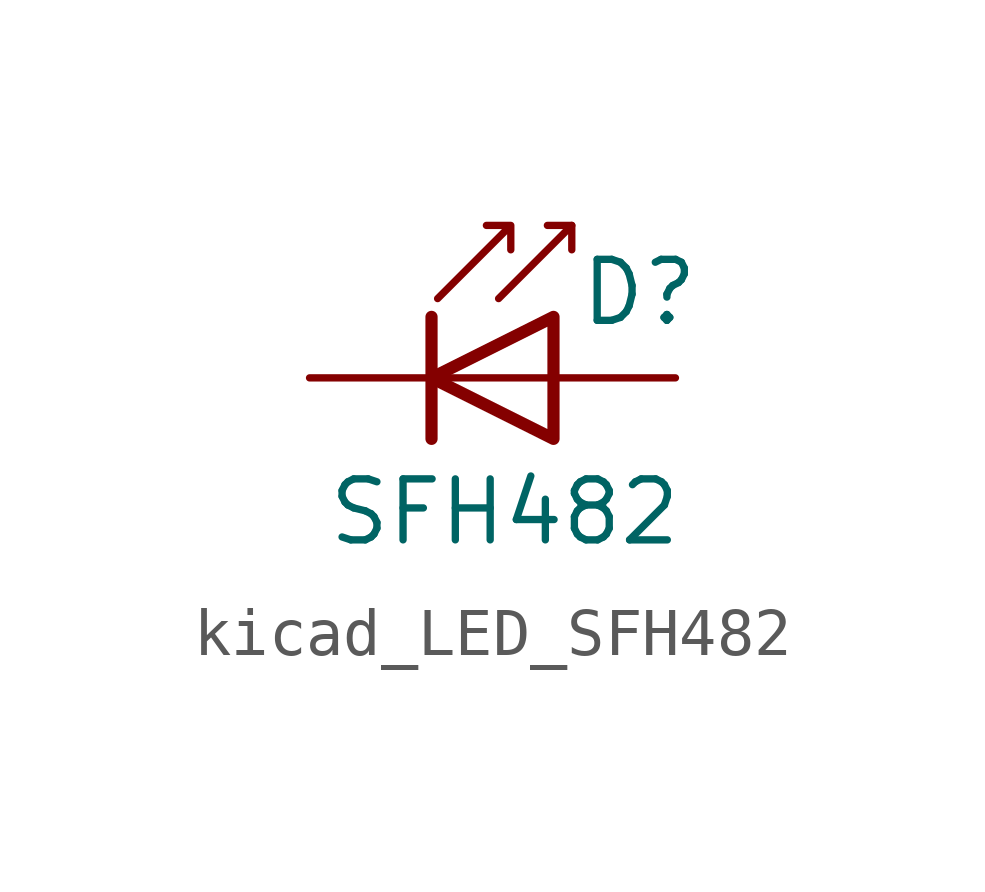
<source format=kicad_sym>
(kicad_symbol_lib
  (version 20220914)
  (generator kicad_symbol_editor)
  (symbol "kicad_LED_SFH482"
    (pin_numbers hide)
    (pin_names
      (offset 1.016) hide)
    (property "Reference" "D"
      (at 0.508 1.778 0)
      (effects (font (size 1.27 1.27)) (justify left)))
    (property "Value" "SFH482"
      (at -1.016 -2.794 0)
      (effects (font (size 1.27 1.27))))
    (symbol "kicad_LED_SFH482_0_1"
      (polyline (pts (xy -2.54 1.27) (xy -2.54 -1.27)) (stroke (width 0.254) (type default)) (fill (type none)))
      (polyline (pts (xy 0 0) (xy -2.54 0)) (stroke (width 0) (type default)) (fill (type none)))
      (polyline (pts (xy 0.381 3.175) (xy -0.127 3.175)) (stroke (width 0) (type default)) (fill (type none)))
      (polyline (pts (xy -1.143 1.651) (xy 0.381 3.175) (xy 0.381 2.667)) (stroke (width 0) (type default)) (fill (type none)))
      (polyline (pts (xy 0 1.27) (xy 0 -1.27) (xy -2.54 0) (xy 0 1.27)) (stroke (width 0.254) (type default)) (fill (type none)))
      (polyline (pts (xy -2.413 1.651) (xy -0.889 3.175) (xy -0.889 2.667) (xy -0.889 3.175) (xy -1.397 3.175)) (stroke (width 0) (type default)) (fill (type none))))
    (symbol "kicad_LED_SFH482_1_1"
      (pin passive line (at -5.08 0 0) (length 2.54) (name "K" (effects (font (size 1.27 1.27)))) (number "1" (effects (font (size 1.27 1.27)))))
      (pin passive line (at 2.54 0 180) (length 2.54) (name "A" (effects (font (size 1.27 1.27)))) (number "2" (effects (font (size 1.27 1.27))))))))
</source>
